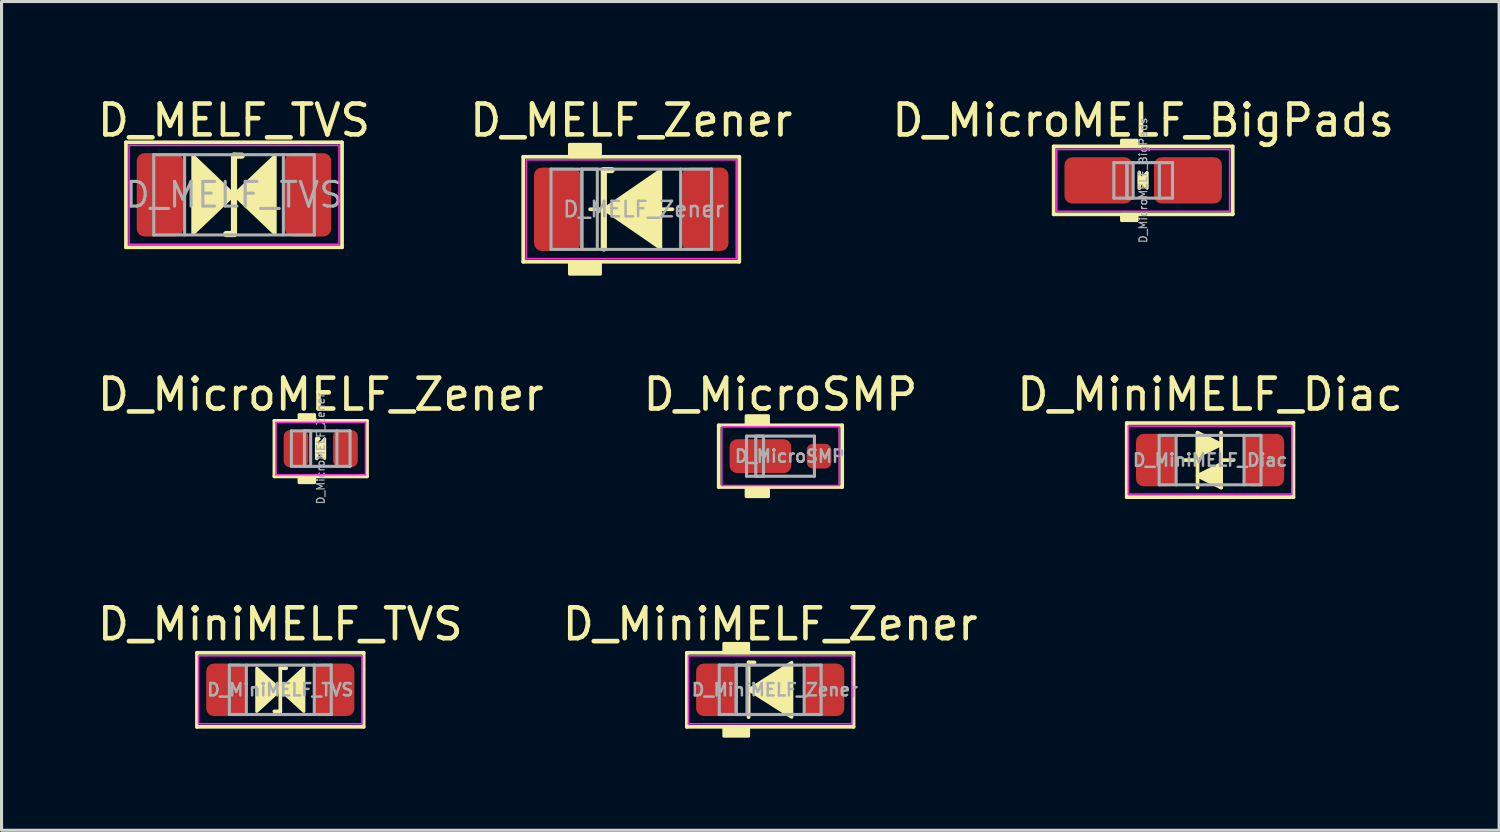
<source format=kicad_pcb>
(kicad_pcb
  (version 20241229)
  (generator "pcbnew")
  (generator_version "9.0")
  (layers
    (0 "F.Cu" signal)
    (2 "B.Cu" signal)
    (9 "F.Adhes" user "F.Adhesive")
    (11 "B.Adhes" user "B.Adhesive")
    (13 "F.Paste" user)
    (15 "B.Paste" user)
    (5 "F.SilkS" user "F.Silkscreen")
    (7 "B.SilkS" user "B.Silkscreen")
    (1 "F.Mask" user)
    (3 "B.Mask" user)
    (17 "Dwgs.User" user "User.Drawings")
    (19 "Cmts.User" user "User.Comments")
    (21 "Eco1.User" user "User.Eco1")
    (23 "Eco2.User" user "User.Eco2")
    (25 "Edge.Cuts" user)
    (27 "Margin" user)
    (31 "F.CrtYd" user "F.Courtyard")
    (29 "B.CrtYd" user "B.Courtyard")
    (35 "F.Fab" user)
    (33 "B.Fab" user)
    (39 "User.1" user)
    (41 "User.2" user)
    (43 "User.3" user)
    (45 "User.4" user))
  (footprint "D_MiniMELF_Diac"
    (layer "F.Cu")
    (at 36.149 11.854)
    (property "Reference" "D_MiniMELF_Diac" (at 0 -2.127 0) (layer "F.SilkS") (effects (font (size 1 1) (thickness 0.15))))
    (attr smd)
    (fp_line (start -2.7 -1.2) (end -2.7 1.2) (stroke (width 0.12) (type solid)) (layer "F.SilkS"))
    (fp_line (start -2.7 1.2) (end 2.7 1.2) (stroke (width 0.12) (type solid)) (layer "F.SilkS"))
    (fp_line (start -0.813 0) (end -0.406 0) (stroke (width 0.12) (type solid)) (layer "F.SilkS"))
    (fp_line (start -0.406 -0.889) (end -0.406 0.889) (stroke (width 0.12) (type solid)) (layer "F.SilkS"))
    (fp_line (start 0.356 -0.889) (end 0.356 0.889) (stroke (width 0.12) (type solid)) (layer "F.SilkS"))
    (fp_line (start 0.762 0) (end 0.356 0) (stroke (width 0.12) (type solid)) (layer "F.SilkS"))
    (fp_line (start 2.7 -1.2) (end -2.7 -1.2) (stroke (width 0.12) (type solid)) (layer "F.SilkS"))
    (fp_line (start 2.7 1.2) (end 2.7 -1.2) (stroke (width 0.12) (type solid)) (layer "F.SilkS"))
    (fp_poly (pts (xy 0.356 -0.508) (xy -0.406 -0.127) (xy -0.406 -0.889)) (stroke (width 0.12) (type solid)) (fill yes) (layer "F.SilkS"))
    (fp_poly (pts (xy 0.356 0.889) (xy -0.406 0.508) (xy 0.356 0.127)) (stroke (width 0.12) (type solid)) (fill yes) (layer "F.SilkS"))
    (fp_line (start -2.65 -1.1) (end 2.65 -1.1) (stroke (width 0.05) (type solid)) (layer "F.CrtYd"))
    (fp_line (start -2.65 1.1) (end -2.65 -1.1) (stroke (width 0.05) (type solid)) (layer "F.CrtYd"))
    (fp_line (start 2.65 -1.1) (end 2.65 1.1) (stroke (width 0.05) (type solid)) (layer "F.CrtYd"))
    (fp_line (start 2.65 1.1) (end -2.65 1.1) (stroke (width 0.05) (type solid)) (layer "F.CrtYd"))
    (fp_line (start -1.65 -0.8) (end 1.65 -0.8) (stroke (width 0.1) (type solid)) (layer "F.Fab"))
    (fp_line (start -1.65 0.8) (end -1.65 -0.8) (stroke (width 0.1) (type solid)) (layer "F.Fab"))
    (fp_line (start -1.1 -0.8) (end -1.1 0.8) (stroke (width 0.1) (type solid)) (layer "F.Fab"))
    (fp_line (start 1.1 -0.8) (end 1.1 0.8) (stroke (width 0.1) (type solid)) (layer "F.Fab"))
    (fp_line (start 1.65 -0.8) (end 1.65 0.8) (stroke (width 0.1) (type solid)) (layer "F.Fab"))
    (fp_line (start 1.65 0.8) (end -1.65 0.8) (stroke (width 0.1) (type solid)) (layer "F.Fab"))
    (fp_text user "${REFERENCE}" (at 0 0 0) (layer "F.Fab") (effects (font (size 0.4 0.4) (thickness 0.08))))
    (pad "1" smd roundrect (at -1.75 0) (size 1.3 1.7) (layers "F.Cu" "F.Mask" "F.Paste") (roundrect_rratio 0.192))
    (pad "2" smd roundrect (at 1.75 0) (size 1.3 1.7) (layers "F.Cu" "F.Mask" "F.Paste") (roundrect_rratio 0.192)))
  (footprint "D_MELF_Zener"
    (layer "F.Cu")
    (at 17.399 3.729)
    (property "Reference" "D_MELF_Zener" (at 0 -2.881 0) (layer "F.SilkS") (effects (font (size 1 1) (thickness 0.15))))
    (attr smd)
    (fp_line (start -3.5 -1.7) (end -3.5 1.7) (stroke (width 0.12) (type solid)) (layer "F.SilkS"))
    (fp_line (start -3.5 1.7) (end 3.5 1.7) (stroke (width 0.12) (type solid)) (layer "F.SilkS"))
    (fp_line (start -0.953 0) (end -1.333 0) (stroke (width 0.12) (type solid)) (layer "F.SilkS"))
    (fp_line (start -0.889 -1.27) (end -0.889 1.27) (stroke (width 0.2) (type solid)) (layer "F.SilkS"))
    (fp_line (start -0.889 -1.27) (end -0.635 -1.27) (stroke (width 0.2) (type solid)) (layer "F.SilkS"))
    (fp_line (start 1.333 0) (end 0.953 0) (stroke (width 0.12) (type solid)) (layer "F.SilkS"))
    (fp_line (start 3.5 -1.7) (end -3.5 -1.7) (stroke (width 0.12) (type solid)) (layer "F.SilkS"))
    (fp_line (start 3.5 1.7) (end 3.5 -1.7) (stroke (width 0.12) (type solid)) (layer "F.SilkS"))
    (fp_poly (pts (xy 0.953 1.27) (xy -0.889 0) (xy 0.953 -1.27)) (stroke (width 0.1) (type solid)) (fill yes) (layer "F.SilkS"))
    (fp_poly (pts (xy -1 -1.7) (xy -2 -1.7) (xy -2 -2.1) (xy -1 -2.1)) (stroke (width 0.1) (type solid)) (fill yes) (layer "F.SilkS"))
    (fp_poly (pts (xy -1 2.1) (xy -2 2.1) (xy -2 1.7) (xy -1 1.7)) (stroke (width 0.1) (type solid)) (fill yes) (layer "F.SilkS"))
    (fp_line (start -3.4 -1.6) (end 3.4 -1.6) (stroke (width 0.05) (type solid)) (layer "F.CrtYd"))
    (fp_line (start -3.4 1.6) (end -3.4 -1.6) (stroke (width 0.05) (type solid)) (layer "F.CrtYd"))
    (fp_line (start 3.4 -1.6) (end 3.4 1.6) (stroke (width 0.05) (type solid)) (layer "F.CrtYd"))
    (fp_line (start 3.4 1.6) (end -3.4 1.6) (stroke (width 0.05) (type solid)) (layer "F.CrtYd"))
    (fp_line (start -2.6 -1.3) (end -2.6 1.3) (stroke (width 0.1) (type solid)) (layer "F.Fab"))
    (fp_line (start -2.6 1.3) (end 2.6 1.3) (stroke (width 0.1) (type solid)) (layer "F.Fab"))
    (fp_line (start -1.6 -1.3) (end -1.6 1.3) (stroke (width 0.1) (type solid)) (layer "F.Fab"))
    (fp_line (start 1.6 -1.3) (end 1.6 1.3) (stroke (width 0.1) (type solid)) (layer "F.Fab"))
    (fp_line (start 2.6 -1.3) (end -2.6 -1.3) (stroke (width 0.1) (type solid)) (layer "F.Fab"))
    (fp_line (start 2.6 1.3) (end 2.6 -1.3) (stroke (width 0.1) (type solid)) (layer "F.Fab"))
    (fp_rect (start -1.6 -1.3) (end -1.1 1.3) (stroke (width 0.1) (type solid)) (fill no) (layer "F.Fab"))
    (fp_text user "${REFERENCE}" (at 0.4 0 0) (layer "F.Fab") (effects (font (size 0.5 0.5) (thickness 0.08))))
    (pad "1" smd roundrect (at -2.4 0) (size 1.5 2.7) (layers "F.Cu" "F.Mask" "F.Paste") (roundrect_rratio 0.167))
    (pad "2" smd roundrect (at 2.4 0) (size 1.5 2.7) (layers "F.Cu" "F.Mask" "F.Paste") (roundrect_rratio 0.167)))
  (footprint "D_MELF_TVS"
    (layer "F.Cu")
    (at 4.53 3.261)
    (property "Reference" "D_MELF_TVS" (at 0 -2.413 0) (layer "F.SilkS") (effects (font (size 1 1) (thickness 0.15))))
    (attr smd)
    (fp_line (start -3.5 -1.7) (end -3.5 1.7) (stroke (width 0.12) (type solid)) (layer "F.SilkS"))
    (fp_line (start -3.5 1.7) (end 3.5 1.7) (stroke (width 0.12) (type solid)) (layer "F.SilkS"))
    (fp_line (start -0.254 1.27) (end 0 1.27) (stroke (width 0.2) (type solid)) (layer "F.SilkS"))
    (fp_line (start 0 -1.27) (end 0 1.27) (stroke (width 0.2) (type solid)) (layer "F.SilkS"))
    (fp_line (start 0 -1.27) (end 0.254 -1.27) (stroke (width 0.2) (type solid)) (layer "F.SilkS"))
    (fp_line (start 3.5 -1.7) (end -3.5 -1.7) (stroke (width 0.12) (type solid)) (layer "F.SilkS"))
    (fp_line (start 3.5 1.7) (end 3.5 -1.7) (stroke (width 0.12) (type solid)) (layer "F.SilkS"))
    (fp_poly (pts (xy -1.333 -1.27) (xy 0 0) (xy -1.333 1.27)) (stroke (width 0.1) (type solid)) (fill yes) (layer "F.SilkS"))
    (fp_poly (pts (xy 1.333 1.27) (xy 0 0) (xy 1.333 -1.27)) (stroke (width 0.1) (type solid)) (fill yes) (layer "F.SilkS"))
    (fp_line (start -3.4 -1.6) (end 3.4 -1.6) (stroke (width 0.05) (type solid)) (layer "F.CrtYd"))
    (fp_line (start -3.4 1.6) (end -3.4 -1.6) (stroke (width 0.05) (type solid)) (layer "F.CrtYd"))
    (fp_line (start 3.4 -1.6) (end 3.4 1.6) (stroke (width 0.05) (type solid)) (layer "F.CrtYd"))
    (fp_line (start 3.4 1.6) (end -3.4 1.6) (stroke (width 0.05) (type solid)) (layer "F.CrtYd"))
    (fp_line (start -2.6 -1.3) (end -2.6 1.3) (stroke (width 0.1) (type solid)) (layer "F.Fab"))
    (fp_line (start -2.6 1.3) (end 2.6 1.3) (stroke (width 0.1) (type solid)) (layer "F.Fab"))
    (fp_line (start -1.6 -1.3) (end -1.6 1.3) (stroke (width 0.1) (type solid)) (layer "F.Fab"))
    (fp_line (start 1.6 -1.3) (end 1.6 1.3) (stroke (width 0.1) (type solid)) (layer "F.Fab"))
    (fp_line (start 2.6 -1.3) (end -2.6 -1.3) (stroke (width 0.1) (type solid)) (layer "F.Fab"))
    (fp_line (start 2.6 1.3) (end 2.6 -1.3) (stroke (width 0.1) (type solid)) (layer "F.Fab"))
    (fp_text user "${REFERENCE}" (at 0 0 0) (layer "F.Fab") (effects (font (size 0.8 0.8) (thickness 0.1))))
    (pad "1" smd roundrect (at -2.4 0) (size 1.5 2.7) (layers "F.Cu" "F.Mask" "F.Paste") (roundrect_rratio 0.167))
    (pad "2" smd roundrect (at 2.4 0) (size 1.5 2.7) (layers "F.Cu" "F.Mask" "F.Paste") (roundrect_rratio 0.167)))
  (footprint "D_MicroMELF_Zener"
    (layer "F.Cu")
    (at 7.339 11.482)
    (property "Reference" "D_MicroMELF_Zener" (at 0 -1.754 0) (layer "F.SilkS") (effects (font (size 1 1) (thickness 0.15))))
    (attr smd)
    (fp_line (start -1.5 -0.9) (end -1.5 0.9) (stroke (width 0.12) (type solid)) (layer "F.SilkS"))
    (fp_line (start -1.5 0.9) (end 1.5 0.9) (stroke (width 0.12) (type solid)) (layer "F.SilkS"))
    (fp_line (start -0.127 -0.318) (end -0.127 0.318) (stroke (width 0.12) (type solid)) (layer "F.SilkS"))
    (fp_line (start -0.127 -0.318) (end -0.064 -0.318) (stroke (width 0.12) (type solid)) (layer "F.SilkS"))
    (fp_line (start 1.5 -0.9) (end -1.5 -0.9) (stroke (width 0.12) (type solid)) (layer "F.SilkS"))
    (fp_line (start 1.5 0.9) (end 1.5 -0.9) (stroke (width 0.12) (type solid)) (layer "F.SilkS"))
    (fp_poly (pts (xy 0.127 0.318) (xy -0.127 0) (xy 0.127 -0.318)) (stroke (width 0.1) (type solid)) (fill yes) (layer "F.SilkS"))
    (fp_poly (pts (xy -0.2 -0.9) (xy -0.7 -0.9) (xy -0.7 -1.1) (xy -0.2 -1.1)) (stroke (width 0.1) (type solid)) (fill yes) (layer "F.SilkS"))
    (fp_poly (pts (xy -0.2 1.1) (xy -0.7 1.1) (xy -0.7 0.9) (xy -0.2 0.9)) (stroke (width 0.1) (type solid)) (fill yes) (layer "F.SilkS"))
    (fp_line (start -1.45 -0.85) (end -1.45 0.85) (stroke (width 0.05) (type solid)) (layer "F.CrtYd"))
    (fp_line (start -1.45 -0.85) (end 1.45 -0.85) (stroke (width 0.05) (type solid)) (layer "F.CrtYd"))
    (fp_line (start 1.45 0.85) (end -1.45 0.85) (stroke (width 0.05) (type solid)) (layer "F.CrtYd"))
    (fp_line (start 1.45 0.85) (end 1.45 -0.85) (stroke (width 0.05) (type solid)) (layer "F.CrtYd"))
    (fp_line (start -0.95 -0.575) (end 0.95 -0.575) (stroke (width 0.1) (type solid)) (layer "F.Fab"))
    (fp_line (start -0.95 0.575) (end -0.95 -0.575) (stroke (width 0.1) (type solid)) (layer "F.Fab"))
    (fp_line (start -0.525 0.575) (end -0.525 -0.575) (stroke (width 0.1) (type solid)) (layer "F.Fab"))
    (fp_line (start 0.525 -0.575) (end 0.525 0.575) (stroke (width 0.1) (type solid)) (layer "F.Fab"))
    (fp_line (start 0.95 -0.575) (end 0.95 0.575) (stroke (width 0.1) (type solid)) (layer "F.Fab"))
    (fp_line (start 0.95 0.575) (end -0.95 0.575) (stroke (width 0.1) (type solid)) (layer "F.Fab"))
    (fp_rect (start -0.525 -0.575) (end -0.325 0.575) (stroke (width 0.1) (type solid)) (fill no) (layer "F.Fab"))
    (fp_text user "${REFERENCE}" (at 0 0 90) (layer "F.Fab") (effects (font (size 0.25 0.25) (thickness 0.04))))
    (pad "1" smd roundrect (at -0.8 0) (size 0.8 1.2) (layers "F.Cu" "F.Mask" "F.Paste") (roundrect_rratio 0.25))
    (pad "2" smd roundrect (at 0.8 0) (size 0.8 1.2) (layers "F.Cu" "F.Mask" "F.Paste") (roundrect_rratio 0.25)))
  (footprint "D_MiniMELF_TVS"
    (layer "F.Cu")
    (at 6.03 19.295)
    (property "Reference" "D_MiniMELF_TVS" (at 0 -2.127 0) (layer "F.SilkS") (effects (font (size 1 1) (thickness 0.15))))
    (attr smd)
    (fp_line (start -2.7 -1.2) (end -2.7 1.2) (stroke (width 0.12) (type solid)) (layer "F.SilkS"))
    (fp_line (start -2.7 1.2) (end 2.7 1.2) (stroke (width 0.12) (type solid)) (layer "F.SilkS"))
    (fp_line (start -0.191 0.699) (end 0 0.699) (stroke (width 0.12) (type solid)) (layer "F.SilkS"))
    (fp_line (start 0 -0.699) (end 0 0.699) (stroke (width 0.12) (type solid)) (layer "F.SilkS"))
    (fp_line (start 0 -0.699) (end 0.191 -0.699) (stroke (width 0.12) (type solid)) (layer "F.SilkS"))
    (fp_line (start 2.7 -1.2) (end -2.7 -1.2) (stroke (width 0.12) (type solid)) (layer "F.SilkS"))
    (fp_line (start 2.7 1.2) (end 2.7 -1.2) (stroke (width 0.12) (type solid)) (layer "F.SilkS"))
    (fp_poly (pts (xy 0 0) (xy -0.762 0.699) (xy -0.762 -0.699)) (stroke (width 0.1) (type solid)) (fill yes) (layer "F.SilkS"))
    (fp_poly (pts (xy 0 0) (xy 0.762 -0.699) (xy 0.762 0.699)) (stroke (width 0.1) (type solid)) (fill yes) (layer "F.SilkS"))
    (fp_line (start -2.65 -1.1) (end 2.65 -1.1) (stroke (width 0.05) (type solid)) (layer "F.CrtYd"))
    (fp_line (start -2.65 1.1) (end -2.65 -1.1) (stroke (width 0.05) (type solid)) (layer "F.CrtYd"))
    (fp_line (start 2.65 -1.1) (end 2.65 1.1) (stroke (width 0.05) (type solid)) (layer "F.CrtYd"))
    (fp_line (start 2.65 1.1) (end -2.65 1.1) (stroke (width 0.05) (type solid)) (layer "F.CrtYd"))
    (fp_line (start -1.65 -0.8) (end 1.65 -0.8) (stroke (width 0.1) (type solid)) (layer "F.Fab"))
    (fp_line (start -1.65 0.8) (end -1.65 -0.8) (stroke (width 0.1) (type solid)) (layer "F.Fab"))
    (fp_line (start -1.1 -0.8) (end -1.1 0.8) (stroke (width 0.1) (type solid)) (layer "F.Fab"))
    (fp_line (start 1.1 -0.8) (end 1.1 0.8) (stroke (width 0.1) (type solid)) (layer "F.Fab"))
    (fp_line (start 1.65 -0.8) (end 1.65 0.8) (stroke (width 0.1) (type solid)) (layer "F.Fab"))
    (fp_line (start 1.65 0.8) (end -1.65 0.8) (stroke (width 0.1) (type solid)) (layer "F.Fab"))
    (fp_text user "${REFERENCE}" (at 0 0 0) (layer "F.Fab") (effects (font (size 0.4 0.4) (thickness 0.08))))
    (pad "1" smd roundrect (at -1.75 0) (size 1.3 1.7) (layers "F.Cu" "F.Mask" "F.Paste") (roundrect_rratio 0.192))
    (pad "2" smd roundrect (at 1.75 0) (size 1.3 1.7) (layers "F.Cu" "F.Mask" "F.Paste") (roundrect_rratio 0.192)))
  (footprint "D_MicroSMP"
    (layer "F.Cu")
    (at 22.232 11.727)
    (property "Reference" "D_MicroSMP" (at 0 -2 0) (unlocked yes) (layer "F.SilkS") (effects (font (size 1 1) (thickness 0.15))))
    (fp_line (start -2 -1) (end -2 1) (stroke (width 0.12) (type solid)) (layer "F.SilkS"))
    (fp_line (start -2 1) (end 2 1) (stroke (width 0.12) (type solid)) (layer "F.SilkS"))
    (fp_line (start 2 -1) (end -2 -1) (stroke (width 0.12) (type solid)) (layer "F.SilkS"))
    (fp_line (start 2 1) (end 2 -1) (stroke (width 0.12) (type solid)) (layer "F.SilkS"))
    (fp_rect (start -0.4 -1) (end -1.1 -1.3) (stroke (width 0.12) (type solid)) (fill yes) (layer "F.SilkS"))
    (fp_rect (start -0.4 1.3) (end -1.1 1) (stroke (width 0.12) (type solid)) (fill yes) (layer "F.SilkS"))
    (fp_rect (start -1.9 -0.95) (end 1.9 0.95) (stroke (width 0.05) (type solid)) (fill no) (layer "F.CrtYd"))
    (fp_line (start -1.1 -0.65) (end -1.1 0.65) (stroke (width 0.1) (type solid)) (layer "F.Fab"))
    (fp_line (start -1.1 0.65) (end 1.1 0.65) (stroke (width 0.1) (type solid)) (layer "F.Fab"))
    (fp_line (start 1.1 -0.65) (end -1.1 -0.65) (stroke (width 0.1) (type solid)) (layer "F.Fab"))
    (fp_line (start 1.1 0.65) (end 1.1 -0.65) (stroke (width 0.1) (type solid)) (layer "F.Fab"))
    (fp_rect (start -0.8 -0.65) (end -0.55 0.65) (stroke (width 0.1) (type solid)) (fill no) (layer "F.Fab"))
    (fp_text user "${REFERENCE}" (at 0.3 0 180) (layer "F.Fab") (effects (font (size 0.4 0.4) (thickness 0.08))))
    (pad "1" smd roundrect (at -0.65 0) (size 2 1.1) (layers "F.Cu" "F.Mask" "F.Paste") (roundrect_rratio 0.227))
    (pad "2" smd roundrect (at 1.25 0) (size 0.8 0.8) (layers "F.Cu" "F.Mask" "F.Paste") (roundrect_rratio 0.25)))
  (footprint "D_MiniMELF_Zener"
    (layer "F.Cu")
    (at 21.899 19.295)
    (property "Reference" "D_MiniMELF_Zener" (at 0 -2.127 0) (layer "F.SilkS") (effects (font (size 1 1) (thickness 0.15))))
    (attr smd)
    (fp_line (start -2.7 -1.2) (end -2.7 1.2) (stroke (width 0.12) (type solid)) (layer "F.SilkS"))
    (fp_line (start -2.7 1.2) (end 2.7 1.2) (stroke (width 0.12) (type solid)) (layer "F.SilkS"))
    (fp_line (start -0.699 -0.889) (end -0.699 0.889) (stroke (width 0.12) (type solid)) (layer "F.SilkS"))
    (fp_line (start -0.699 -0.889) (end -0.508 -0.889) (stroke (width 0.12) (type solid)) (layer "F.SilkS"))
    (fp_line (start 2.7 -1.2) (end -2.7 -1.2) (stroke (width 0.12) (type solid)) (layer "F.SilkS"))
    (fp_line (start 2.7 1.2) (end 2.7 -1.2) (stroke (width 0.12) (type solid)) (layer "F.SilkS"))
    (fp_poly (pts (xy 0.699 0.889) (xy -0.699 0) (xy 0.699 -0.889)) (stroke (width 0.1) (type solid)) (fill yes) (layer "F.SilkS"))
    (fp_poly (pts (xy -0.7 -1.2) (xy -1.5 -1.2) (xy -1.5 -1.5) (xy -0.7 -1.5)) (stroke (width 0.1) (type solid)) (fill yes) (layer "F.SilkS"))
    (fp_poly (pts (xy -0.7 1.5) (xy -1.5 1.5) (xy -1.5 1.2) (xy -0.7 1.2)) (stroke (width 0.1) (type solid)) (fill yes) (layer "F.SilkS"))
    (fp_line (start -2.65 -1.1) (end 2.65 -1.1) (stroke (width 0.05) (type solid)) (layer "F.CrtYd"))
    (fp_line (start -2.65 1.1) (end -2.65 -1.1) (stroke (width 0.05) (type solid)) (layer "F.CrtYd"))
    (fp_line (start 2.65 -1.1) (end 2.65 1.1) (stroke (width 0.05) (type solid)) (layer "F.CrtYd"))
    (fp_line (start 2.65 1.1) (end -2.65 1.1) (stroke (width 0.05) (type solid)) (layer "F.CrtYd"))
    (fp_line (start -1.65 -0.8) (end 1.65 -0.8) (stroke (width 0.1) (type solid)) (layer "F.Fab"))
    (fp_line (start -1.65 0.8) (end -1.65 -0.8) (stroke (width 0.1) (type solid)) (layer "F.Fab"))
    (fp_line (start -1.1 -0.8) (end -1.1 0.8) (stroke (width 0.1) (type solid)) (layer "F.Fab"))
    (fp_line (start 1.1 -0.8) (end 1.1 0.8) (stroke (width 0.1) (type solid)) (layer "F.Fab"))
    (fp_line (start 1.65 -0.8) (end 1.65 0.8) (stroke (width 0.1) (type solid)) (layer "F.Fab"))
    (fp_line (start 1.65 0.8) (end -1.65 0.8) (stroke (width 0.1) (type solid)) (layer "F.Fab"))
    (fp_rect (start -1.1 -0.8) (end -0.75 0.8) (stroke (width 0.1) (type solid)) (fill no) (layer "F.Fab"))
    (fp_text user "${REFERENCE}" (at 0.15 0 0) (layer "F.Fab") (effects (font (size 0.4 0.4) (thickness 0.08))))
    (pad "1" smd roundrect (at -1.75 0) (size 1.3 1.7) (layers "F.Cu" "F.Mask" "F.Paste") (roundrect_rratio 0.192))
    (pad "2" smd roundrect (at 1.75 0) (size 1.3 1.7) (layers "F.Cu" "F.Mask" "F.Paste") (roundrect_rratio 0.192)))
  (footprint "D_MicroMELF_BigPads"
    (layer "F.Cu")
    (at 33.982 2.793)
    (property "Reference" "D_MicroMELF_BigPads" (at 0 -1.944 0) (layer "F.SilkS") (effects (font (size 1 1) (thickness 0.15))))
    (attr smd)
    (fp_line (start -2.9 -1.1) (end -2.9 1.1) (stroke (width 0.12) (type solid)) (layer "F.SilkS"))
    (fp_line (start -2.9 1.1) (end 2.9 1.1) (stroke (width 0.12) (type solid)) (layer "F.SilkS"))
    (fp_line (start -0.127 -0.254) (end -0.127 0.254) (stroke (width 0.12) (type solid)) (layer "F.SilkS"))
    (fp_line (start 2.9 -1.1) (end -2.9 -1.1) (stroke (width 0.12) (type solid)) (layer "F.SilkS"))
    (fp_line (start 2.9 1.1) (end 2.9 -1.1) (stroke (width 0.12) (type solid)) (layer "F.SilkS"))
    (fp_poly (pts (xy 0.127 0.254) (xy -0.127 0) (xy 0.127 -0.254)) (stroke (width 0.1) (type solid)) (fill yes) (layer "F.SilkS"))
    (fp_poly (pts (xy -0.2 -1.1) (xy -0.7 -1.1) (xy -0.7 -1.3) (xy -0.2 -1.3)) (stroke (width 0.1) (type solid)) (fill yes) (layer "F.SilkS"))
    (fp_poly (pts (xy -0.2 1.3) (xy -0.7 1.3) (xy -0.7 1.1) (xy -0.2 1.1)) (stroke (width 0.1) (type solid)) (fill yes) (layer "F.SilkS"))
    (fp_line (start -2.8 -1) (end -2.8 1) (stroke (width 0.05) (type solid)) (layer "F.CrtYd"))
    (fp_line (start -2.8 -1) (end 2.8 -1) (stroke (width 0.05) (type solid)) (layer "F.CrtYd"))
    (fp_line (start 2.8 1) (end -2.8 1) (stroke (width 0.05) (type solid)) (layer "F.CrtYd"))
    (fp_line (start 2.8 1) (end 2.8 -1) (stroke (width 0.05) (type solid)) (layer "F.CrtYd"))
    (fp_line (start -0.95 -0.575) (end 0.95 -0.575) (stroke (width 0.1) (type solid)) (layer "F.Fab"))
    (fp_line (start -0.95 0.575) (end -0.95 -0.575) (stroke (width 0.1) (type solid)) (layer "F.Fab"))
    (fp_line (start -0.525 0.575) (end -0.525 -0.575) (stroke (width 0.1) (type solid)) (layer "F.Fab"))
    (fp_line (start 0.525 -0.575) (end 0.525 0.575) (stroke (width 0.1) (type solid)) (layer "F.Fab"))
    (fp_line (start 0.95 -0.575) (end 0.95 0.575) (stroke (width 0.1) (type solid)) (layer "F.Fab"))
    (fp_line (start 0.95 0.575) (end -0.95 0.575) (stroke (width 0.1) (type solid)) (layer "F.Fab"))
    (fp_rect (start -0.525 -0.575) (end -0.325 0.575) (stroke (width 0.1) (type solid)) (fill no) (layer "F.Fab"))
    (fp_text user "${REFERENCE}" (at 0 0 90) (layer "F.Fab") (effects (font (size 0.25 0.25) (thickness 0.04))))
    (pad "1" smd roundrect (at -1.45 0) (size 2.2 1.5) (layers "F.Cu" "F.Mask" "F.Paste") (roundrect_rratio 0.167))
    (pad "2" smd roundrect (at 1.45 0) (size 2.2 1.5) (layers "F.Cu" "F.Mask" "F.Paste") (roundrect_rratio 0.167)))
  (gr_rect
    (start -3 -3)
    (end 45.512 23.845)
    (stroke (width 0.1) (type default))
    (fill no)
    (layer "Edge.Cuts")))
</source>
